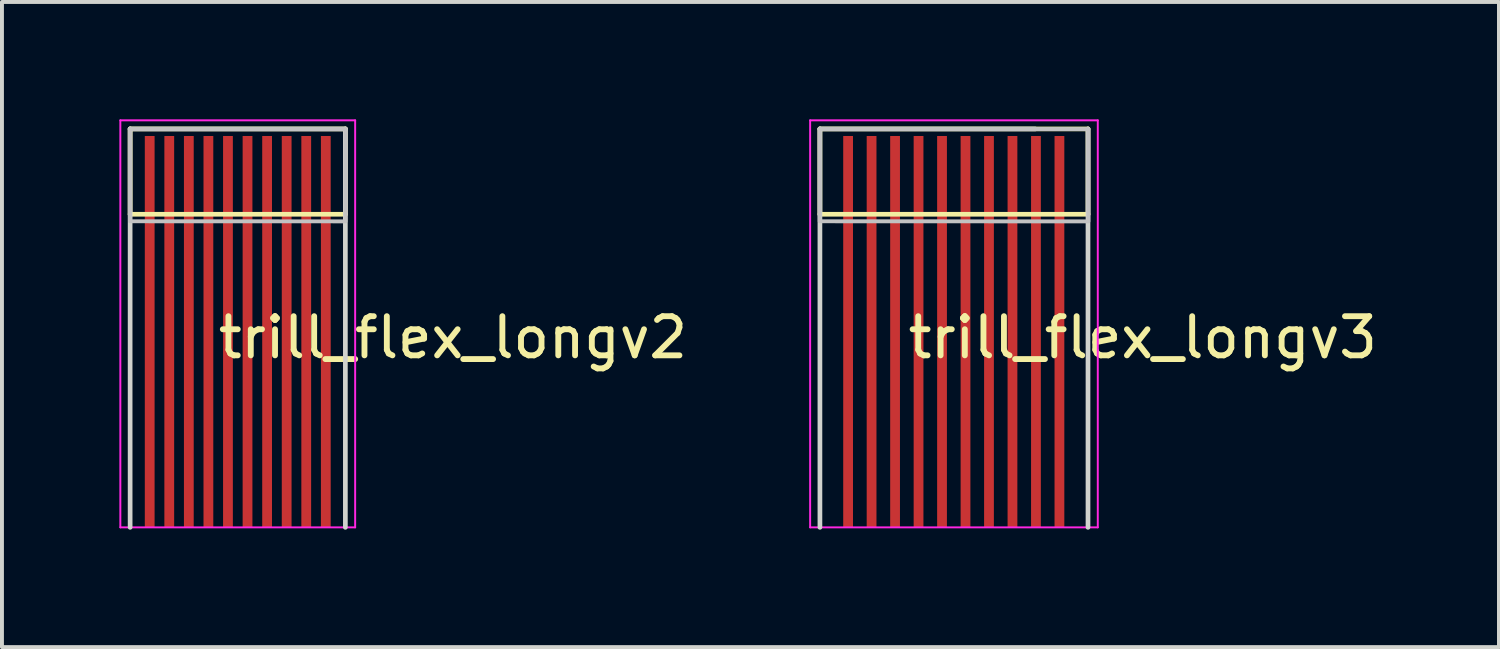
<source format=kicad_pcb>
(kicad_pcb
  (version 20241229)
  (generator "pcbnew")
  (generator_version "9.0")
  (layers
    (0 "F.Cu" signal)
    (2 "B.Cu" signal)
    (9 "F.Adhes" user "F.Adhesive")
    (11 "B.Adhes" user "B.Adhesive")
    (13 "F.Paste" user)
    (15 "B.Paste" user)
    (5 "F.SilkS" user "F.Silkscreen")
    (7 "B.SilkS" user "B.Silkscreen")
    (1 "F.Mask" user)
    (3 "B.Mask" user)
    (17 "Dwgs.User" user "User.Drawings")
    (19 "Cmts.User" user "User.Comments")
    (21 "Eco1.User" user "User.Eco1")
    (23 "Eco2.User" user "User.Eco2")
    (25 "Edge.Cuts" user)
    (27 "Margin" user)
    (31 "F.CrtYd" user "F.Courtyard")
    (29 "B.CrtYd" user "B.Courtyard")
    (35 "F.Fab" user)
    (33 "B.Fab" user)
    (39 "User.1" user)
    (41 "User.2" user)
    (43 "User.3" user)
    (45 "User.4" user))
  (footprint "trill_flex_longv2"
    (layer "F.Cu")
    (at 8.525 2.425)
    (property "Reference" "trill_flex_longv2" (at 0 3.15 0) (layer "F.SilkS") (effects (font (size 1 1) (thickness 0.15))))
    (attr smd)
    (fp_line (start -8.25 -2.18) (end -2.75 -2.18) (stroke (width 0.12) (type solid)) (layer "F.SilkS"))
    (fp_line (start -8.25 0) (end -8.25 -2.18) (stroke (width 0.12) (type solid)) (layer "F.SilkS"))
    (fp_line (start -8.25 0) (end -2.75 0) (stroke (width 0.12) (type solid)) (layer "F.SilkS"))
    (fp_line (start -2.75 0) (end -2.75 -2.18) (stroke (width 0.12) (type solid)) (layer "F.SilkS"))
    (fp_poly (pts (xy -2.745 0.181) (xy -8.255 0.179) (xy -8.255 -2.18) (xy -2.745 -2.177)) (stroke (width 0.1) (type solid)) (fill no) (layer "Dwgs.User"))
    (fp_line (start -8.25 -2.18) (end -2.75 -2.18) (stroke (width 0.12) (type solid)) (layer "Edge.Cuts"))
    (fp_line (start -8.25 8) (end -8.25 -2.18) (stroke (width 0.12) (type solid)) (layer "Edge.Cuts"))
    (fp_line (start -2.75 8) (end -2.75 -2.18) (stroke (width 0.12) (type solid)) (layer "Edge.Cuts"))
    (fp_line (start -8.5 -2.4) (end -8.5 8) (stroke (width 0.05) (type solid)) (layer "F.CrtYd"))
    (fp_line (start -8.5 -2.4) (end -2.5 -2.4) (stroke (width 0.05) (type solid)) (layer "F.CrtYd"))
    (fp_line (start -8.5 8) (end -2.5 8) (stroke (width 0.05) (type solid)) (layer "F.CrtYd"))
    (fp_line (start -2.5 -2.4) (end -2.5 8) (stroke (width 0.05) (type solid)) (layer "F.CrtYd"))
    (pad "" smd rect (at -7.75 0) (size 0.25 4) (layers "F.Mask" "F.Paste"))
    (pad "" smd rect (at -7.25 0) (size 0.25 4) (layers "F.Mask" "F.Paste"))
    (pad "" smd rect (at -6.75 0) (size 0.25 4) (layers "F.Mask" "F.Paste"))
    (pad "" smd rect (at -6.25 0) (size 0.25 4) (layers "F.Mask" "F.Paste"))
    (pad "" smd rect (at -5.75 0) (size 0.25 4) (layers "F.Mask" "F.Paste"))
    (pad "" smd rect (at -5.25 0) (size 0.25 4) (layers "F.Mask" "F.Paste"))
    (pad "" smd rect (at -4.75 0) (size 0.25 4) (layers "F.Mask" "F.Paste"))
    (pad "" smd rect (at -4.25 0) (size 0.25 4) (layers "F.Mask" "F.Paste"))
    (pad "" smd rect (at -3.75 0) (size 0.25 4) (layers "F.Mask" "F.Paste"))
    (pad "" smd rect (at -3.25 0) (size 0.25 4) (layers "F.Mask" "F.Paste"))
    (pad "1" smd custom (at -7.75 7) (size 0.25 2) (layers "F.Cu") (options (anchor rect)) (primitives (gr_poly (pts (xy -0.125 -1) (xy -0.125 -9) (xy 0.125 -9) (xy 0.125 -1)) (width 0) (fill yes))))
    (pad "2" smd custom (at -7.25 7) (size 0.25 2) (layers "F.Cu") (options (anchor rect)) (primitives (gr_poly (pts (xy -0.125 -1) (xy -0.125 -9) (xy 0.125 -9) (xy 0.125 -1)) (width 0) (fill yes))))
    (pad "3" smd custom (at -6.75 7) (size 0.25 2) (layers "F.Cu") (options (anchor rect)) (primitives (gr_poly (pts (xy -0.125 -1) (xy -0.125 -9) (xy 0.125 -9) (xy 0.125 -1)) (width 0) (fill yes))))
    (pad "4" smd custom (at -6.25 7) (size 0.25 2) (layers "F.Cu") (options (anchor rect)) (primitives (gr_poly (pts (xy -0.125 -1) (xy -0.125 -9) (xy 0.125 -9) (xy 0.125 -1)) (width 0) (fill yes))))
    (pad "5" smd custom (at -5.75 7) (size 0.25 2) (layers "F.Cu") (options (anchor rect)) (primitives (gr_poly (pts (xy -0.125 -1) (xy -0.125 -9) (xy 0.125 -9) (xy 0.125 -1)) (width 0) (fill yes))))
    (pad "6" smd custom (at -5.25 7) (size 0.25 2) (layers "F.Cu") (options (anchor rect)) (primitives (gr_poly (pts (xy -0.125 -1) (xy -0.125 -9) (xy 0.125 -9) (xy 0.125 -1)) (width 0) (fill yes))))
    (pad "7" smd custom (at -4.75 7) (size 0.25 2) (layers "F.Cu") (options (anchor rect)) (primitives (gr_poly (pts (xy -0.125 -1) (xy -0.125 -9) (xy 0.125 -9) (xy 0.125 -1)) (width 0) (fill yes))))
    (pad "8" smd custom (at -4.25 7) (size 0.25 2) (layers "F.Cu") (options (anchor rect)) (primitives (gr_poly (pts (xy -0.125 -1) (xy -0.125 -9) (xy 0.125 -9) (xy 0.125 -1)) (width 0) (fill yes))))
    (pad "9" smd custom (at -3.75 7) (size 0.25 2) (layers "F.Cu") (options (anchor rect)) (primitives (gr_poly (pts (xy -0.125 -1) (xy -0.125 -9) (xy 0.125 -9) (xy 0.125 -1)) (width 0) (fill yes))))
    (pad "10" smd custom (at -3.25 7) (size 0.25 2) (layers "F.Cu") (options (anchor rect)) (primitives (gr_poly (pts (xy -0.125 -1) (xy -0.125 -9) (xy 0.125 -9) (xy 0.125 -1)) (width 0) (fill yes)))))
  (footprint "trill_flex_longv3"
    (layer "F.Cu")
    (at 26.151 2.425)
    (property "Reference" "trill_flex_longv3" (at 0 3.15 0) (layer "F.SilkS") (effects (font (size 1 1) (thickness 0.15))))
    (attr smd)
    (fp_line (start -8.25 -2.18) (end -1.4 -2.18) (stroke (width 0.12) (type solid)) (layer "F.SilkS"))
    (fp_line (start -8.25 0) (end -8.25 -2.18) (stroke (width 0.12) (type solid)) (layer "F.SilkS"))
    (fp_line (start -8.25 0) (end -1.4 0) (stroke (width 0.12) (type solid)) (layer "F.SilkS"))
    (fp_line (start -1.4 0) (end -1.4 -2.18) (stroke (width 0.12) (type solid)) (layer "F.SilkS"))
    (fp_poly (pts (xy -1.39 0.182) (xy -8.255 0.179) (xy -8.255 -2.18) (xy -1.39 -2.177)) (stroke (width 0.1) (type solid)) (fill no) (layer "Dwgs.User"))
    (fp_line (start -8.25 -2.18) (end -2.75 -2.18) (stroke (width 0.12) (type solid)) (layer "Edge.Cuts"))
    (fp_line (start -8.25 8) (end -8.25 -2.18) (stroke (width 0.12) (type solid)) (layer "Edge.Cuts"))
    (fp_line (start -1.4 8) (end -1.4 -2.18) (stroke (width 0.12) (type solid)) (layer "Edge.Cuts"))
    (fp_line (start -8.5 -2.4) (end -8.5 8) (stroke (width 0.05) (type solid)) (layer "F.CrtYd"))
    (fp_line (start -8.5 -2.4) (end -1.15 -2.4) (stroke (width 0.05) (type solid)) (layer "F.CrtYd"))
    (fp_line (start -8.5 8) (end -1.15 8) (stroke (width 0.05) (type solid)) (layer "F.CrtYd"))
    (fp_line (start -1.15 -2.4) (end -1.15 8) (stroke (width 0.05) (type solid)) (layer "F.CrtYd"))
    (pad "" smd rect (at -7.53 0) (size 0.25 4) (layers "F.Mask" "F.Paste"))
    (pad "" smd rect (at -6.93 0) (size 0.25 4) (layers "F.Mask" "F.Paste"))
    (pad "" smd rect (at -6.33 0) (size 0.25 4) (layers "F.Mask" "F.Paste"))
    (pad "" smd rect (at -5.73 0) (size 0.25 4) (layers "F.Mask" "F.Paste"))
    (pad "" smd rect (at -5.13 0) (size 0.25 4) (layers "F.Mask" "F.Paste"))
    (pad "" smd rect (at -4.53 0) (size 0.25 4) (layers "F.Mask" "F.Paste"))
    (pad "" smd rect (at -3.93 0) (size 0.25 4) (layers "F.Mask" "F.Paste"))
    (pad "" smd rect (at -3.33 0) (size 0.25 4) (layers "F.Mask" "F.Paste"))
    (pad "" smd rect (at -2.73 0) (size 0.25 4) (layers "F.Mask" "F.Paste"))
    (pad "" smd rect (at -2.13 0) (size 0.25 4) (layers "F.Mask" "F.Paste"))
    (pad "1" smd custom (at -7.53 7) (size 0.25 2) (layers "F.Cu") (options (anchor rect)) (primitives (gr_poly (pts (xy -0.125 -1) (xy -0.125 -9) (xy 0.125 -9) (xy 0.125 -1)) (width 0) (fill yes))))
    (pad "2" smd custom (at -6.93 7) (size 0.25 2) (layers "F.Cu") (options (anchor rect)) (primitives (gr_poly (pts (xy -0.125 -1) (xy -0.125 -9) (xy 0.125 -9) (xy 0.125 -1)) (width 0) (fill yes))))
    (pad "3" smd custom (at -6.33 7) (size 0.25 2) (layers "F.Cu") (options (anchor rect)) (primitives (gr_poly (pts (xy -0.125 -1) (xy -0.125 -9) (xy 0.125 -9) (xy 0.125 -1)) (width 0) (fill yes))))
    (pad "4" smd custom (at -5.73 7) (size 0.25 2) (layers "F.Cu") (options (anchor rect)) (primitives (gr_poly (pts (xy -0.125 -1) (xy -0.125 -9) (xy 0.125 -9) (xy 0.125 -1)) (width 0) (fill yes))))
    (pad "5" smd custom (at -5.13 7) (size 0.25 2) (layers "F.Cu") (options (anchor rect)) (primitives (gr_poly (pts (xy -0.125 -1) (xy -0.125 -9) (xy 0.125 -9) (xy 0.125 -1)) (width 0) (fill yes))))
    (pad "6" smd custom (at -4.53 7) (size 0.25 2) (layers "F.Cu") (options (anchor rect)) (primitives (gr_poly (pts (xy -0.125 -1) (xy -0.125 -9) (xy 0.125 -9) (xy 0.125 -1)) (width 0) (fill yes))))
    (pad "7" smd custom (at -3.93 7) (size 0.25 2) (layers "F.Cu") (options (anchor rect)) (primitives (gr_poly (pts (xy -0.125 -1) (xy -0.125 -9) (xy 0.125 -9) (xy 0.125 -1)) (width 0) (fill yes))))
    (pad "8" smd custom (at -3.33 7) (size 0.25 2) (layers "F.Cu") (options (anchor rect)) (primitives (gr_poly (pts (xy -0.125 -1) (xy -0.125 -9) (xy 0.125 -9) (xy 0.125 -1)) (width 0) (fill yes))))
    (pad "9" smd custom (at -2.73 7) (size 0.25 2) (layers "F.Cu") (options (anchor rect)) (primitives (gr_poly (pts (xy -0.125 -1) (xy -0.125 -9) (xy 0.125 -9) (xy 0.125 -1)) (width 0) (fill yes))))
    (pad "10" smd custom (at -2.13 7) (size 0.25 2) (layers "F.Cu") (options (anchor rect)) (primitives (gr_poly (pts (xy -0.125 -1) (xy -0.125 -9) (xy 0.125 -9) (xy 0.125 -1)) (width 0) (fill yes)))))
  (gr_rect
    (start -3 -3)
    (end 35.252 13.485)
    (stroke (width 0.1) (type default))
    (fill no)
    (layer "Edge.Cuts")))
</source>
